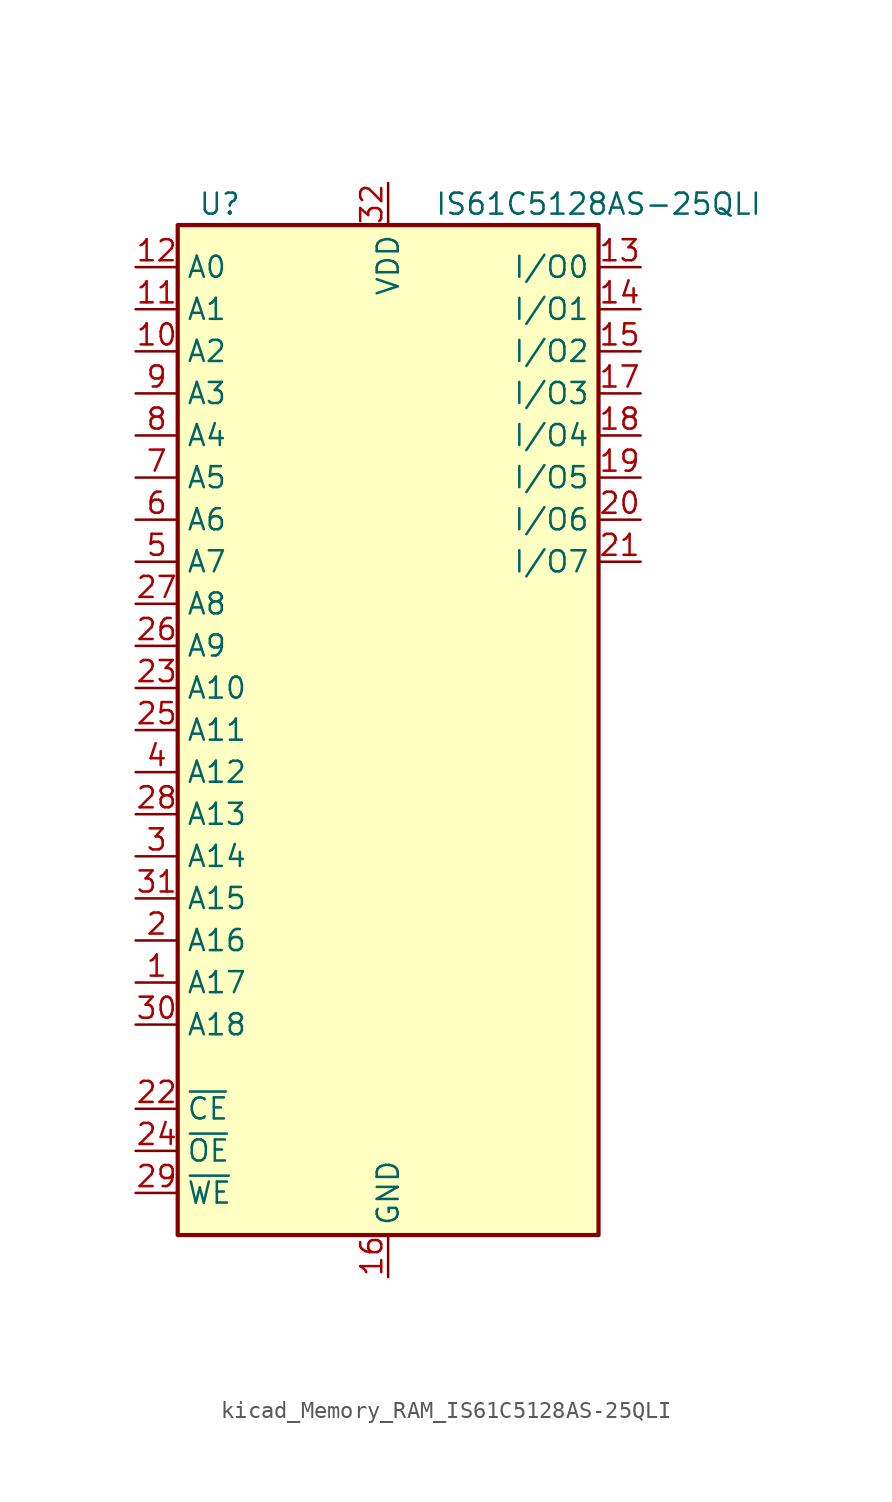
<source format=kicad_sym>
(kicad_symbol_lib
  (version 20220914)
  (generator kicad_symbol_editor)
  (symbol "kicad_Memory_RAM_IS61C5128AS-25QLI"
    (property "Reference" "U"
      (at -10.16 31.75 0)
      (effects (font (size 1.27 1.27))))
    (property "Value" "IS61C5128AS-25QLI"
      (at 12.7 31.75 0)
      (effects (font (size 1.27 1.27))))
    (symbol "kicad_Memory_RAM_IS61C5128AS-25QLI_0_1"
      (rectangle (start -12.7 30.48) (end 12.7 -30.48) (stroke (width 0.254) (type default)) (fill (type background))))
    (symbol "kicad_Memory_RAM_IS61C5128AS-25QLI_1_1"
      (pin input line (at -15.24 -15.24 0) (length 2.54) (name "A17" (effects (font (size 1.27 1.27)))) (number "1" (effects (font (size 1.27 1.27)))))
      (pin input line (at -15.24 22.86 0) (length 2.54) (name "A2" (effects (font (size 1.27 1.27)))) (number "10" (effects (font (size 1.27 1.27)))))
      (pin input line (at -15.24 25.4 0) (length 2.54) (name "A1" (effects (font (size 1.27 1.27)))) (number "11" (effects (font (size 1.27 1.27)))))
      (pin input line (at -15.24 27.94 0) (length 2.54) (name "A0" (effects (font (size 1.27 1.27)))) (number "12" (effects (font (size 1.27 1.27)))))
      (pin bidirectional line (at 15.24 27.94 180) (length 2.54) (name "I/O0" (effects (font (size 1.27 1.27)))) (number "13" (effects (font (size 1.27 1.27)))))
      (pin bidirectional line (at 15.24 25.4 180) (length 2.54) (name "I/O1" (effects (font (size 1.27 1.27)))) (number "14" (effects (font (size 1.27 1.27)))))
      (pin bidirectional line (at 15.24 22.86 180) (length 2.54) (name "I/O2" (effects (font (size 1.27 1.27)))) (number "15" (effects (font (size 1.27 1.27)))))
      (pin power_in line (at 0 -33.02 90) (length 2.54) (name "GND" (effects (font (size 1.27 1.27)))) (number "16" (effects (font (size 1.27 1.27)))))
      (pin bidirectional line (at 15.24 20.32 180) (length 2.54) (name "I/O3" (effects (font (size 1.27 1.27)))) (number "17" (effects (font (size 1.27 1.27)))))
      (pin bidirectional line (at 15.24 17.78 180) (length 2.54) (name "I/O4" (effects (font (size 1.27 1.27)))) (number "18" (effects (font (size 1.27 1.27)))))
      (pin bidirectional line (at 15.24 15.24 180) (length 2.54) (name "I/O5" (effects (font (size 1.27 1.27)))) (number "19" (effects (font (size 1.27 1.27)))))
      (pin input line (at -15.24 -12.7 0) (length 2.54) (name "A16" (effects (font (size 1.27 1.27)))) (number "2" (effects (font (size 1.27 1.27)))))
      (pin bidirectional line (at 15.24 12.7 180) (length 2.54) (name "I/O6" (effects (font (size 1.27 1.27)))) (number "20" (effects (font (size 1.27 1.27)))))
      (pin bidirectional line (at 15.24 10.16 180) (length 2.54) (name "I/O7" (effects (font (size 1.27 1.27)))) (number "21" (effects (font (size 1.27 1.27)))))
      (pin input line (at -15.24 -22.86 0) (length 2.54) (name "~{CE}" (effects (font (size 1.27 1.27)))) (number "22" (effects (font (size 1.27 1.27)))))
      (pin input line (at -15.24 2.54 0) (length 2.54) (name "A10" (effects (font (size 1.27 1.27)))) (number "23" (effects (font (size 1.27 1.27)))))
      (pin input line (at -15.24 -25.4 0) (length 2.54) (name "~{OE}" (effects (font (size 1.27 1.27)))) (number "24" (effects (font (size 1.27 1.27)))))
      (pin input line (at -15.24 0 0) (length 2.54) (name "A11" (effects (font (size 1.27 1.27)))) (number "25" (effects (font (size 1.27 1.27)))))
      (pin input line (at -15.24 5.08 0) (length 2.54) (name "A9" (effects (font (size 1.27 1.27)))) (number "26" (effects (font (size 1.27 1.27)))))
      (pin input line (at -15.24 7.62 0) (length 2.54) (name "A8" (effects (font (size 1.27 1.27)))) (number "27" (effects (font (size 1.27 1.27)))))
      (pin input line (at -15.24 -5.08 0) (length 2.54) (name "A13" (effects (font (size 1.27 1.27)))) (number "28" (effects (font (size 1.27 1.27)))))
      (pin input line (at -15.24 -27.94 0) (length 2.54) (name "~{WE}" (effects (font (size 1.27 1.27)))) (number "29" (effects (font (size 1.27 1.27)))))
      (pin input line (at -15.24 -7.62 0) (length 2.54) (name "A14" (effects (font (size 1.27 1.27)))) (number "3" (effects (font (size 1.27 1.27)))))
      (pin input line (at -15.24 -17.78 0) (length 2.54) (name "A18" (effects (font (size 1.27 1.27)))) (number "30" (effects (font (size 1.27 1.27)))))
      (pin input line (at -15.24 -10.16 0) (length 2.54) (name "A15" (effects (font (size 1.27 1.27)))) (number "31" (effects (font (size 1.27 1.27)))))
      (pin power_in line (at 0 33.02 270) (length 2.54) (name "VDD" (effects (font (size 1.27 1.27)))) (number "32" (effects (font (size 1.27 1.27)))))
      (pin input line (at -15.24 -2.54 0) (length 2.54) (name "A12" (effects (font (size 1.27 1.27)))) (number "4" (effects (font (size 1.27 1.27)))))
      (pin input line (at -15.24 10.16 0) (length 2.54) (name "A7" (effects (font (size 1.27 1.27)))) (number "5" (effects (font (size 1.27 1.27)))))
      (pin input line (at -15.24 12.7 0) (length 2.54) (name "A6" (effects (font (size 1.27 1.27)))) (number "6" (effects (font (size 1.27 1.27)))))
      (pin input line (at -15.24 15.24 0) (length 2.54) (name "A5" (effects (font (size 1.27 1.27)))) (number "7" (effects (font (size 1.27 1.27)))))
      (pin input line (at -15.24 17.78 0) (length 2.54) (name "A4" (effects (font (size 1.27 1.27)))) (number "8" (effects (font (size 1.27 1.27)))))
      (pin input line (at -15.24 20.32 0) (length 2.54) (name "A3" (effects (font (size 1.27 1.27)))) (number "9" (effects (font (size 1.27 1.27))))))))
</source>
